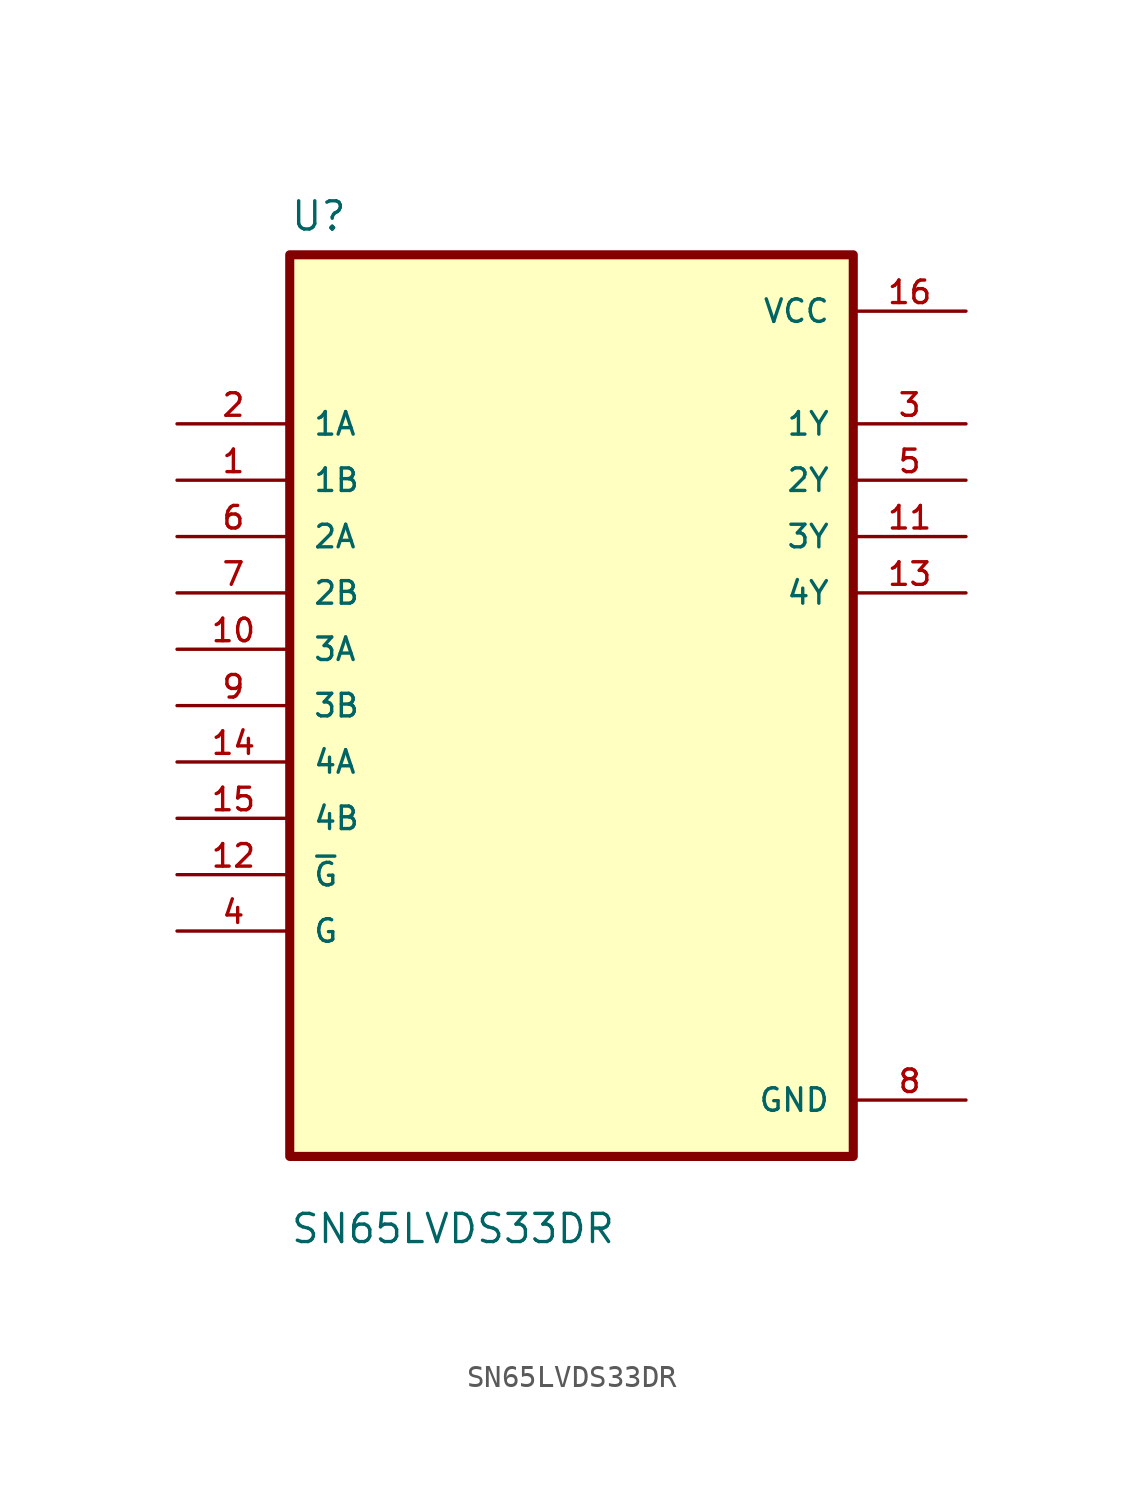
<source format=kicad_sym>
(kicad_symbol_lib
  (version 20211014)
  (generator kicad_symbol_editor)
  (symbol "SN65LVDS33DR"
    (pin_names
      (offset 1.016))
    (property "Reference" "U"
      (at -12.7 21.32 0.0)
      (effects (font (size 1.27 1.27)) (justify bottom left)))
    (property "Value" "SN65LVDS33DR"
      (at -12.7 -24.32 0.0)
      (effects (font (size 1.27 1.27)) (justify bottom left)))
    (symbol "SN65LVDS33DR_0_0"
      (rectangle (start -12.7 -20.32) (end 12.7 20.32) (stroke (width 0.41)) (fill (type background)))
      (pin input line (at -17.78 12.7 0) (length 5.08) (name "1A" (effects (font (size 1.016 1.016)))) (number "2" (effects (font (size 1.016 1.016)))))
      (pin input line (at -17.78 10.16 0) (length 5.08) (name "1B" (effects (font (size 1.016 1.016)))) (number "1" (effects (font (size 1.016 1.016)))))
      (pin input line (at -17.78 7.62 0) (length 5.08) (name "2A" (effects (font (size 1.016 1.016)))) (number "6" (effects (font (size 1.016 1.016)))))
      (pin input line (at -17.78 5.08 0) (length 5.08) (name "2B" (effects (font (size 1.016 1.016)))) (number "7" (effects (font (size 1.016 1.016)))))
      (pin input line (at -17.78 2.54 0) (length 5.08) (name "3A" (effects (font (size 1.016 1.016)))) (number "10" (effects (font (size 1.016 1.016)))))
      (pin input line (at -17.78 0.0 0) (length 5.08) (name "3B" (effects (font (size 1.016 1.016)))) (number "9" (effects (font (size 1.016 1.016)))))
      (pin input line (at -17.78 -2.54 0) (length 5.08) (name "4A" (effects (font (size 1.016 1.016)))) (number "14" (effects (font (size 1.016 1.016)))))
      (pin input line (at -17.78 -5.08 0) (length 5.08) (name "4B" (effects (font (size 1.016 1.016)))) (number "15" (effects (font (size 1.016 1.016)))))
      (pin input line (at -17.78 -7.62 0) (length 5.08) (name "~{G}" (effects (font (size 1.016 1.016)))) (number "12" (effects (font (size 1.016 1.016)))))
      (pin input line (at -17.78 -10.16 0) (length 5.08) (name "G" (effects (font (size 1.016 1.016)))) (number "4" (effects (font (size 1.016 1.016)))))
      (pin power_in line (at 17.78 17.78 180.0) (length 5.08) (name "VCC" (effects (font (size 1.016 1.016)))) (number "16" (effects (font (size 1.016 1.016)))))
      (pin output line (at 17.78 12.7 180.0) (length 5.08) (name "1Y" (effects (font (size 1.016 1.016)))) (number "3" (effects (font (size 1.016 1.016)))))
      (pin output line (at 17.78 10.16 180.0) (length 5.08) (name "2Y" (effects (font (size 1.016 1.016)))) (number "5" (effects (font (size 1.016 1.016)))))
      (pin output line (at 17.78 7.62 180.0) (length 5.08) (name "3Y" (effects (font (size 1.016 1.016)))) (number "11" (effects (font (size 1.016 1.016)))))
      (pin output line (at 17.78 5.08 180.0) (length 5.08) (name "4Y" (effects (font (size 1.016 1.016)))) (number "13" (effects (font (size 1.016 1.016)))))
      (pin power_in line (at 17.78 -17.78 180.0) (length 5.08) (name "GND" (effects (font (size 1.016 1.016)))) (number "8" (effects (font (size 1.016 1.016))))))))
</source>
